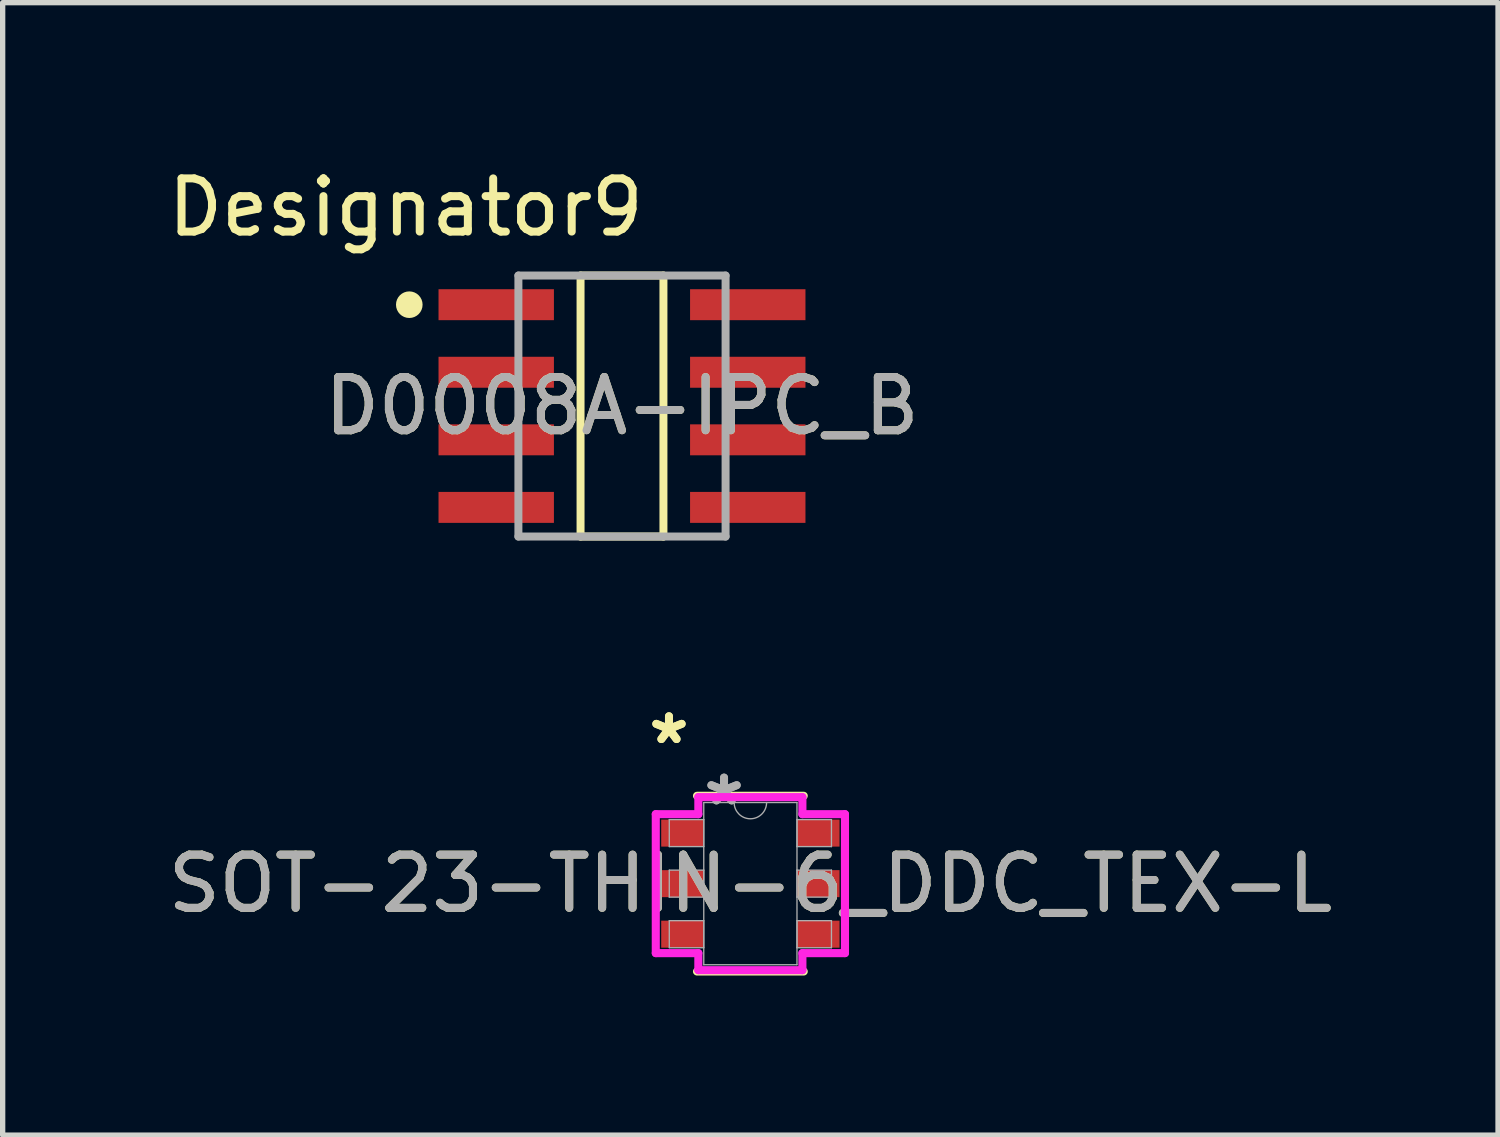
<source format=kicad_pcb>
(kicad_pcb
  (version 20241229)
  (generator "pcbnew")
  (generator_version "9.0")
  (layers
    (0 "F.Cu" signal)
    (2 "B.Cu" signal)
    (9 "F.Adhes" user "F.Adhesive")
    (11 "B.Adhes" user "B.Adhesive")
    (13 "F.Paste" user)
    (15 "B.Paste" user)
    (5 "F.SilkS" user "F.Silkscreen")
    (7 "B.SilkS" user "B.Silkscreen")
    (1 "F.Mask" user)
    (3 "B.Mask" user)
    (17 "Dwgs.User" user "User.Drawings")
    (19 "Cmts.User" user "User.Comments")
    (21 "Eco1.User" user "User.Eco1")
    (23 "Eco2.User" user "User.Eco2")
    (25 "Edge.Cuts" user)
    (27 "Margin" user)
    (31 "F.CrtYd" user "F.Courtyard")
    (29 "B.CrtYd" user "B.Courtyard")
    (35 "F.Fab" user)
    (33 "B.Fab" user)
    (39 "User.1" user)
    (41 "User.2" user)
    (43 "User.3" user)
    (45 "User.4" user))
  (footprint "D0008A-IPC_B"
    (layer "F.Cu")
    (at 8.641 4.582)
    (property "Reference" "D0008A-IPC_B" (at 0 0 0) (unlocked yes) (layer "F.SilkS") (effects (font (size 1 1) (thickness 0.15))))
    (attr smd)
    (fp_line (start -0.779 -2.453) (end 0.779 -2.453) (stroke (width 0.15) (type solid)) (layer "F.SilkS"))
    (fp_line (start -0.779 2.453) (end -0.779 -2.453) (stroke (width 0.15) (type solid)) (layer "F.SilkS"))
    (fp_line (start -0.779 2.453) (end 0.779 2.453) (stroke (width 0.15) (type solid)) (layer "F.SilkS"))
    (fp_line (start 0.779 2.453) (end 0.779 -2.453) (stroke (width 0.15) (type solid)) (layer "F.SilkS"))
    (fp_circle (center -3.998 -1.905) (end -3.873 -1.905) (stroke (width 0.25) (type solid)) (fill no) (layer "F.SilkS"))
    (fp_line (start -1.947 -2.453) (end 1.947 -2.453) (stroke (width 0.15) (type solid)) (layer "F.Fab"))
    (fp_line (start -1.947 2.453) (end -1.947 -2.453) (stroke (width 0.15) (type solid)) (layer "F.Fab"))
    (fp_line (start -1.947 2.453) (end 1.947 2.453) (stroke (width 0.15) (type solid)) (layer "F.Fab"))
    (fp_line (start 1.947 2.453) (end 1.947 -2.453) (stroke (width 0.15) (type solid)) (layer "F.Fab"))
    (fp_text user "Designator9" (at -4.064 -3.734 0) (unlocked yes) (layer "F.SilkS") (effects (font (size 1 1) (thickness 0.15))))
    (fp_text user "${REFERENCE}" (at 0 0 0) (unlocked yes) (layer "F.Fab") (effects (font (size 1 1) (thickness 0.15))))
    (pad "1" smd rect (at -2.364 -1.905) (size 2.169 0.582) (layers "F.Cu" "F.Mask" "F.Paste"))
    (pad "2" smd rect (at -2.364 -0.635) (size 2.169 0.582) (layers "F.Cu" "F.Mask" "F.Paste"))
    (pad "3" smd rect (at -2.364 0.635) (size 2.169 0.582) (layers "F.Cu" "F.Mask" "F.Paste"))
    (pad "4" smd rect (at -2.364 1.905) (size 2.169 0.582) (layers "F.Cu" "F.Mask" "F.Paste"))
    (pad "5" smd rect (at 2.364 1.905) (size 2.169 0.582) (layers "F.Cu" "F.Mask" "F.Paste"))
    (pad "6" smd rect (at 2.364 0.635) (size 2.169 0.582) (layers "F.Cu" "F.Mask" "F.Paste"))
    (pad "7" smd rect (at 2.364 -0.635) (size 2.169 0.582) (layers "F.Cu" "F.Mask" "F.Paste"))
    (pad "8" smd rect (at 2.364 -1.905) (size 2.169 0.582) (layers "F.Cu" "F.Mask" "F.Paste")))
  (footprint "SOT-23-THIN-6_DDC_TEX-L"
    (layer "F.Cu")
    (at 11.054 13.559)
    (property "Reference" "SOT-23-THIN-6_DDC_TEX-L" (at 0 0 0) (unlocked yes) (layer "F.SilkS") (effects (font (size 1 1) (thickness 0.15))))
    (attr smd)
    (fp_line (start -1.003 1.651) (end 1.003 1.651) (stroke (width 0.152) (type solid)) (layer "F.SilkS"))
    (fp_line (start 1.003 -1.651) (end -1.003 -1.651) (stroke (width 0.152) (type solid)) (layer "F.SilkS"))
    (fp_line (start -1.778 -1.306) (end -0.978 -1.306) (stroke (width 0.152) (type solid)) (layer "F.CrtYd"))
    (fp_line (start -1.778 1.306) (end -1.778 -1.306) (stroke (width 0.152) (type solid)) (layer "F.CrtYd"))
    (fp_line (start -1.778 1.306) (end -0.978 1.306) (stroke (width 0.152) (type solid)) (layer "F.CrtYd"))
    (fp_line (start -0.978 -1.626) (end 0.978 -1.626) (stroke (width 0.152) (type solid)) (layer "F.CrtYd"))
    (fp_line (start -0.978 -1.306) (end -0.978 -1.626) (stroke (width 0.152) (type solid)) (layer "F.CrtYd"))
    (fp_line (start -0.978 1.626) (end -0.978 1.306) (stroke (width 0.152) (type solid)) (layer "F.CrtYd"))
    (fp_line (start 0.978 -1.626) (end 0.978 -1.306) (stroke (width 0.152) (type solid)) (layer "F.CrtYd"))
    (fp_line (start 0.978 1.306) (end 0.978 1.626) (stroke (width 0.152) (type solid)) (layer "F.CrtYd"))
    (fp_line (start 0.978 1.626) (end -0.978 1.626) (stroke (width 0.152) (type solid)) (layer "F.CrtYd"))
    (fp_line (start 1.778 -1.306) (end 0.978 -1.306) (stroke (width 0.152) (type solid)) (layer "F.CrtYd"))
    (fp_line (start 1.778 -1.306) (end 1.778 1.306) (stroke (width 0.152) (type solid)) (layer "F.CrtYd"))
    (fp_line (start 1.778 1.306) (end 0.978 1.306) (stroke (width 0.152) (type solid)) (layer "F.CrtYd"))
    (fp_line (start -1.524 -1.204) (end -1.524 -0.696) (stroke (width 0.025) (type solid)) (layer "F.Fab"))
    (fp_line (start -1.524 -0.696) (end -0.876 -0.696) (stroke (width 0.025) (type solid)) (layer "F.Fab"))
    (fp_line (start -1.524 -0.254) (end -1.524 0.254) (stroke (width 0.025) (type solid)) (layer "F.Fab"))
    (fp_line (start -1.524 0.254) (end -0.876 0.254) (stroke (width 0.025) (type solid)) (layer "F.Fab"))
    (fp_line (start -1.524 0.696) (end -1.524 1.204) (stroke (width 0.025) (type solid)) (layer "F.Fab"))
    (fp_line (start -1.524 1.204) (end -0.876 1.204) (stroke (width 0.025) (type solid)) (layer "F.Fab"))
    (fp_line (start -0.876 -1.524) (end -0.876 1.524) (stroke (width 0.025) (type solid)) (layer "F.Fab"))
    (fp_line (start -0.876 -1.204) (end -1.524 -1.204) (stroke (width 0.025) (type solid)) (layer "F.Fab"))
    (fp_line (start -0.876 -0.696) (end -0.876 -1.204) (stroke (width 0.025) (type solid)) (layer "F.Fab"))
    (fp_line (start -0.876 -0.254) (end -1.524 -0.254) (stroke (width 0.025) (type solid)) (layer "F.Fab"))
    (fp_line (start -0.876 0.254) (end -0.876 -0.254) (stroke (width 0.025) (type solid)) (layer "F.Fab"))
    (fp_line (start -0.876 0.696) (end -1.524 0.696) (stroke (width 0.025) (type solid)) (layer "F.Fab"))
    (fp_line (start -0.876 1.204) (end -0.876 0.696) (stroke (width 0.025) (type solid)) (layer "F.Fab"))
    (fp_line (start -0.876 1.524) (end 0.876 1.524) (stroke (width 0.025) (type solid)) (layer "F.Fab"))
    (fp_line (start 0.876 -1.524) (end -0.876 -1.524) (stroke (width 0.025) (type solid)) (layer "F.Fab"))
    (fp_line (start 0.876 -1.204) (end 0.876 -0.696) (stroke (width 0.025) (type solid)) (layer "F.Fab"))
    (fp_line (start 0.876 -0.696) (end 1.524 -0.696) (stroke (width 0.025) (type solid)) (layer "F.Fab"))
    (fp_line (start 0.876 -0.254) (end 0.876 0.254) (stroke (width 0.025) (type solid)) (layer "F.Fab"))
    (fp_line (start 0.876 0.254) (end 1.524 0.254) (stroke (width 0.025) (type solid)) (layer "F.Fab"))
    (fp_line (start 0.876 0.696) (end 0.876 1.204) (stroke (width 0.025) (type solid)) (layer "F.Fab"))
    (fp_line (start 0.876 1.204) (end 1.524 1.204) (stroke (width 0.025) (type solid)) (layer "F.Fab"))
    (fp_line (start 0.876 1.524) (end 0.876 -1.524) (stroke (width 0.025) (type solid)) (layer "F.Fab"))
    (fp_line (start 1.524 -1.204) (end 0.876 -1.204) (stroke (width 0.025) (type solid)) (layer "F.Fab"))
    (fp_line (start 1.524 -0.696) (end 1.524 -1.204) (stroke (width 0.025) (type solid)) (layer "F.Fab"))
    (fp_line (start 1.524 -0.254) (end 0.876 -0.254) (stroke (width 0.025) (type solid)) (layer "F.Fab"))
    (fp_line (start 1.524 0.254) (end 1.524 -0.254) (stroke (width 0.025) (type solid)) (layer "F.Fab"))
    (fp_line (start 1.524 0.696) (end 0.876 0.696) (stroke (width 0.025) (type solid)) (layer "F.Fab"))
    (fp_line (start 1.524 1.204) (end 1.524 0.696) (stroke (width 0.025) (type solid)) (layer "F.Fab"))
    (fp_arc (start 0.3048 -1.524) (mid 0 -1.2192) (end -0.3048 -1.524) (stroke (width 0.0254) (type solid)) (layer "F.Fab"))
    (fp_text user "*" (at -1.53 -2.601 0) (layer "F.SilkS") (effects (font (size 1 1) (thickness 0.15))))
    (fp_text user "*" (at -1.53 -2.601 0) (unlocked yes) (layer "F.SilkS") (effects (font (size 1 1) (thickness 0.15))))
    (fp_text user "*" (at -0.495 -1.448 0) (layer "F.Fab") (effects (font (size 1 1) (thickness 0.15))))
    (fp_text user "*" (at -0.495 -1.448 0) (unlocked yes) (layer "F.Fab") (effects (font (size 1 1) (thickness 0.15))))
    (fp_text user "${REFERENCE}" (at 0 0 0) (unlocked yes) (layer "F.Fab") (effects (font (size 1 1) (thickness 0.15))))
    (pad "1" smd rect (at -1.276 -0.95) (size 0.8 0.508) (layers "F.Cu" "F.Mask" "F.Paste"))
    (pad "2" smd rect (at -1.276 0) (size 0.8 0.508) (layers "F.Cu" "F.Mask" "F.Paste"))
    (pad "3" smd rect (at -1.276 0.95) (size 0.8 0.508) (layers "F.Cu" "F.Mask" "F.Paste"))
    (pad "4" smd rect (at 1.276 0.95) (size 0.8 0.508) (layers "F.Cu" "F.Mask" "F.Paste"))
    (pad "5" smd rect (at 1.276 0) (size 0.8 0.508) (layers "F.Cu" "F.Mask" "F.Paste"))
    (pad "6" smd rect (at 1.276 -0.95) (size 0.8 0.508) (layers "F.Cu" "F.Mask" "F.Paste")))
  (gr_rect
    (start -3 -3)
    (end 25.107 18.286)
    (stroke (width 0.1) (type default))
    (fill no)
    (layer "Edge.Cuts")))
</source>
